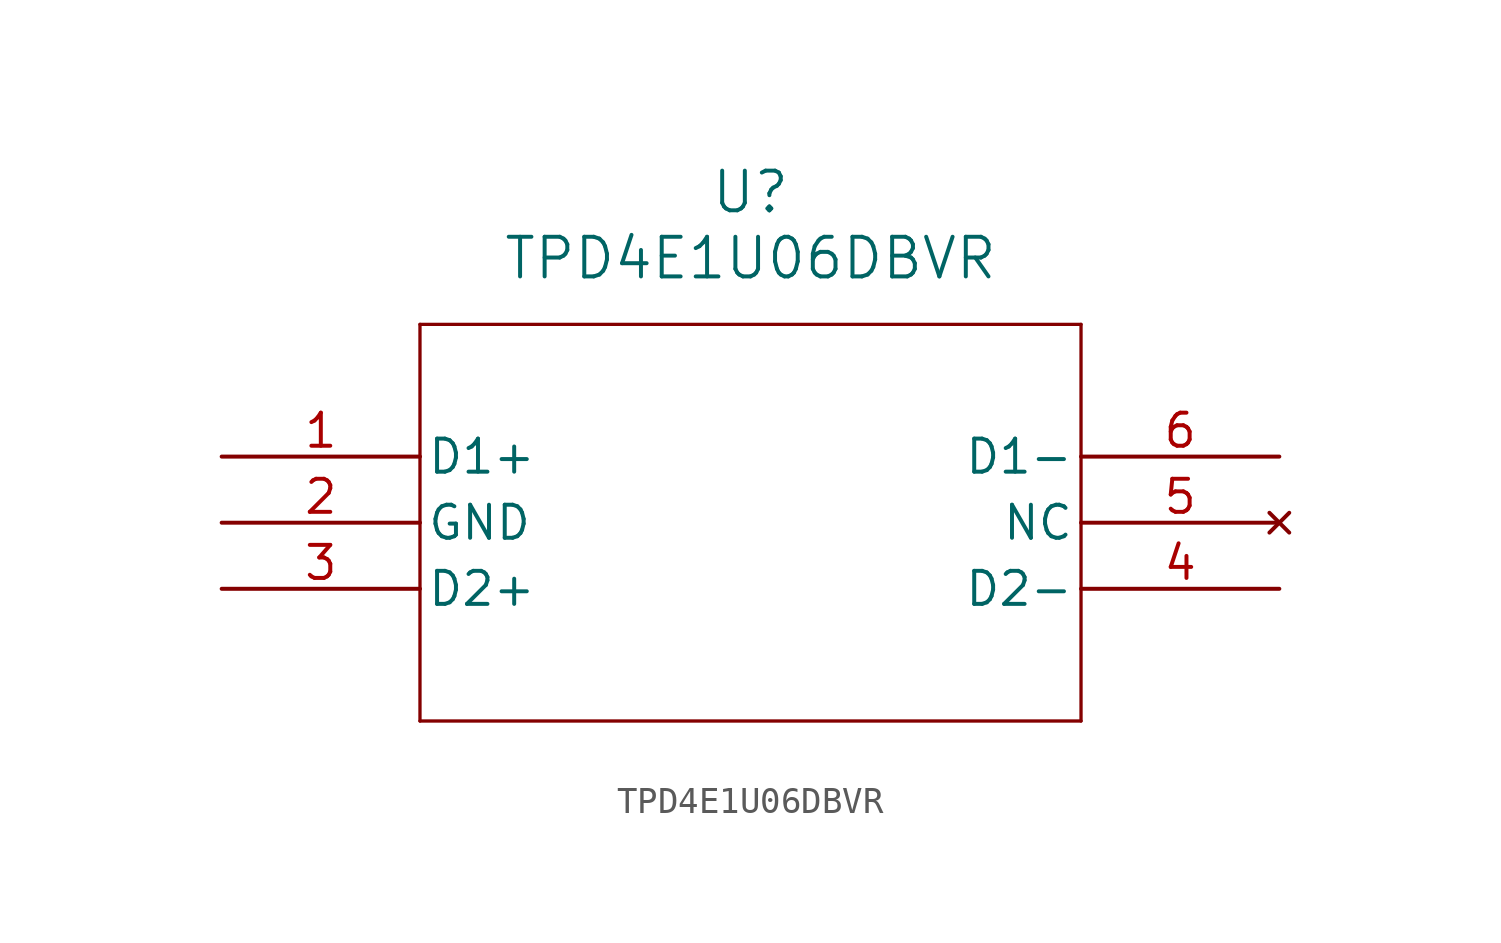
<source format=kicad_sym>
(kicad_symbol_lib
  (version 20211014)
  (generator kicad_symbol_editor)
  (symbol "TPD4E1U06DBVR"
    (pin_names
      (offset 0.254))
    (property "Reference" "U"
      (at 20.32 10.16 0)
      (effects (font (size 1.524 1.524))))
    (property "Value" "TPD4E1U06DBVR"
      (at 20.32 7.62 0)
      (effects (font (size 1.524 1.524))))
    (symbol "TPD4E1U06DBVR_0_1"
      (polyline (pts (xy 7.62 5.08) (xy 7.62 -10.16)) (stroke (width 0.127) (type default) (color 0 0 0 0)) (fill (type none)))
      (polyline (pts (xy 7.62 -10.16) (xy 33.02 -10.16)) (stroke (width 0.127) (type default) (color 0 0 0 0)) (fill (type none)))
      (polyline (pts (xy 33.02 -10.16) (xy 33.02 5.08)) (stroke (width 0.127) (type default) (color 0 0 0 0)) (fill (type none)))
      (polyline (pts (xy 33.02 5.08) (xy 7.62 5.08)) (stroke (width 0.127) (type default) (color 0 0 0 0)) (fill (type none)))
      (pin bidirectional line (at 0 0 0) (length 7.62) (name "D1+" (effects (font (size 1.27 1.27)))) (number "1" (effects (font (size 1.27 1.27)))))
      (pin power_in line (at 0 -2.54 0) (length 7.62) (name "GND" (effects (font (size 1.27 1.27)))) (number "2" (effects (font (size 1.27 1.27)))))
      (pin bidirectional line (at 0 -5.08 0) (length 7.62) (name "D2+" (effects (font (size 1.27 1.27)))) (number "3" (effects (font (size 1.27 1.27)))))
      (pin bidirectional line (at 40.64 -5.08 180) (length 7.62) (name "D2-" (effects (font (size 1.27 1.27)))) (number "4" (effects (font (size 1.27 1.27)))))
      (pin no_connect line (at 40.64 -2.54 180) (length 7.62) (name "NC" (effects (font (size 1.27 1.27)))) (number "5" (effects (font (size 1.27 1.27)))))
      (pin bidirectional line (at 40.64 0 180) (length 7.62) (name "D1-" (effects (font (size 1.27 1.27)))) (number "6" (effects (font (size 1.27 1.27))))))))
</source>
